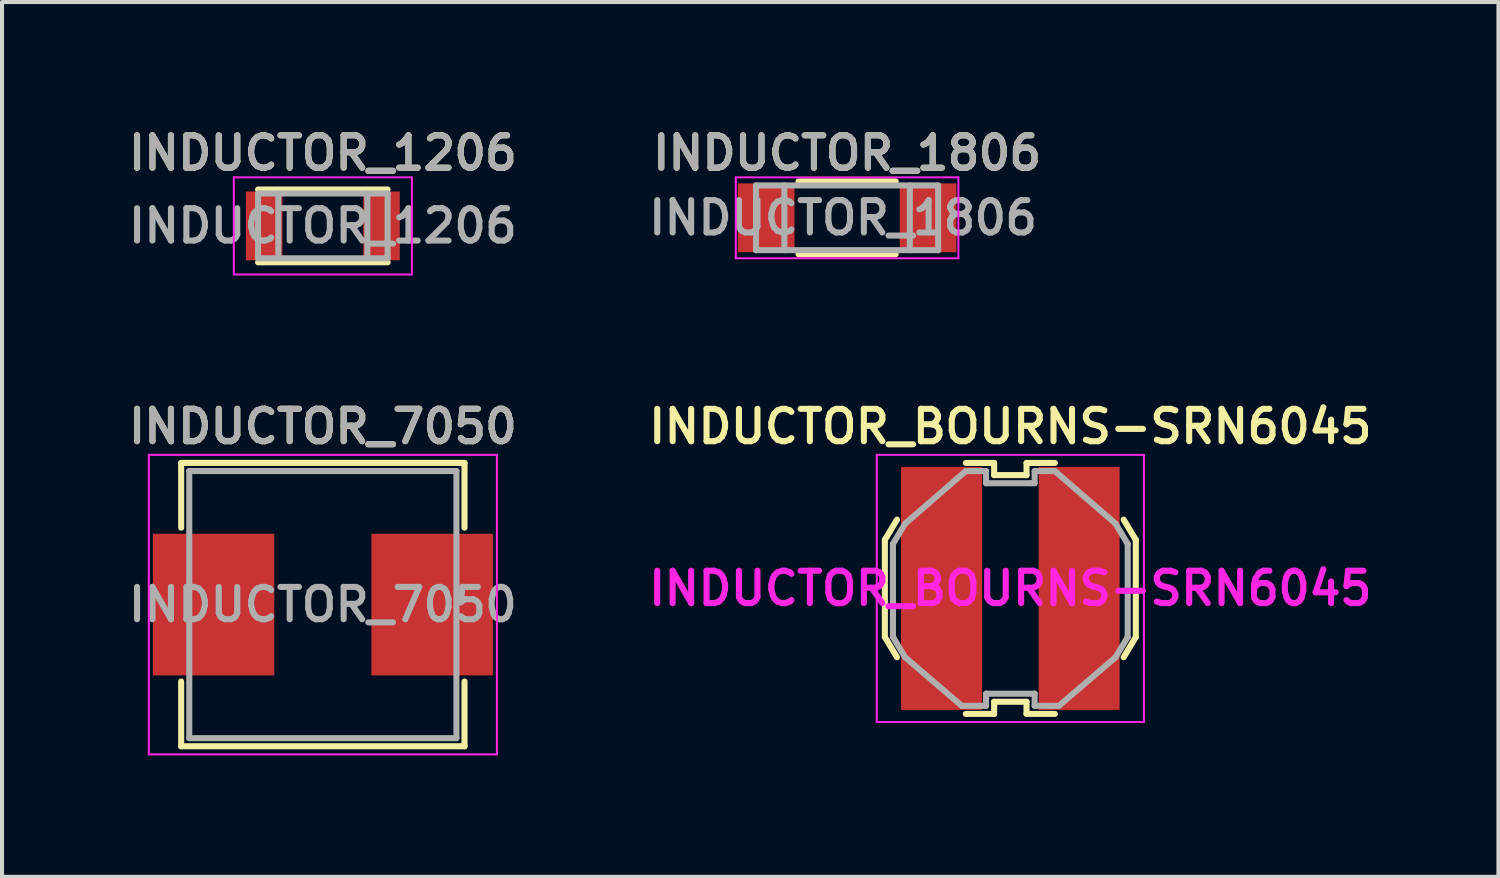
<source format=kicad_pcb>
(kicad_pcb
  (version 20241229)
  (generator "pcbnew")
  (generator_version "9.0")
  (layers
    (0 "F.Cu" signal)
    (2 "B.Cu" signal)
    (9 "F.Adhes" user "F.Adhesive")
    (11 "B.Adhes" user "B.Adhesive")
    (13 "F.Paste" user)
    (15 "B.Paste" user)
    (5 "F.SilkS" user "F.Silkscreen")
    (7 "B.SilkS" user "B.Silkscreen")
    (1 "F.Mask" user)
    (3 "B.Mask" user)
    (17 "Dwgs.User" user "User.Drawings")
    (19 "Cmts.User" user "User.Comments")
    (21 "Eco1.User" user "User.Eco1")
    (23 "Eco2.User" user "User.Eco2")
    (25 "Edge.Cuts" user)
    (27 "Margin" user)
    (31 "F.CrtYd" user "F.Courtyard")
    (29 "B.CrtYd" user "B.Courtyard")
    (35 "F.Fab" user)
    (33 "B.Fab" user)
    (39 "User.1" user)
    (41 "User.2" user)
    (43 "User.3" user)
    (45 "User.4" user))
  (footprint "INDUCTOR_1806"
    (layer "F.Cu")
    (at 17.878 2.331)
    (property "Reference" "INDUCTOR_1806" (at 0 -1.6 0) (layer "F.SilkS") (effects (font (size 0.8 0.8) (thickness 0.15))))
    (attr smd)
    (fp_line (start -1.2 -0.9) (end 1.2 -0.9) (stroke (width 0.15) (type solid)) (layer "F.SilkS"))
    (fp_line (start 1.2 0.9) (end -1.2 0.9) (stroke (width 0.15) (type solid)) (layer "F.SilkS"))
    (fp_line (start -2.75 -1) (end -2.75 1) (stroke (width 0.05) (type solid)) (layer "F.CrtYd"))
    (fp_line (start -2.75 -1) (end 2.75 -1) (stroke (width 0.05) (type solid)) (layer "F.CrtYd"))
    (fp_line (start -2.75 1) (end 2.75 1) (stroke (width 0.05) (type solid)) (layer "F.CrtYd"))
    (fp_line (start 2.75 -1) (end 2.75 1) (stroke (width 0.05) (type solid)) (layer "F.CrtYd"))
    (fp_line (start -2.25 -0.8) (end 2.25 -0.8) (stroke (width 0.15) (type solid)) (layer "F.Fab"))
    (fp_line (start -2.25 0.8) (end -2.25 -0.8) (stroke (width 0.15) (type solid)) (layer "F.Fab"))
    (fp_line (start -1.55 -0.8) (end -1.55 0.8) (stroke (width 0.15) (type solid)) (layer "F.Fab"))
    (fp_line (start 1.55 -0.8) (end 1.55 0.8) (stroke (width 0.15) (type solid)) (layer "F.Fab"))
    (fp_line (start 2.25 -0.8) (end 2.25 0.8) (stroke (width 0.15) (type solid)) (layer "F.Fab"))
    (fp_line (start 2.25 0.8) (end -2.25 0.8) (stroke (width 0.15) (type solid)) (layer "F.Fab"))
    (fp_text user "${REFERENCE}" (at -0.1 0 0) (layer "F.Fab") (effects (font (size 0.8 0.8) (thickness 0.15))))
    (fp_text user "${REFERENCE}" (at 0 -1.6 0) (layer "F.Fab") (effects (font (size 0.8 0.8) (thickness 0.15))))
    (pad "1" smd rect (at -2 0) (size 1.4 1.7) (layers "F.Cu" "F.Mask" "F.Paste"))
    (pad "2" smd rect (at 2 0) (size 1.4 1.7) (layers "F.Cu" "F.Mask" "F.Paste")))
  (footprint "INDUCTOR_7050"
    (layer "F.Cu")
    (at 4.926 11.887)
    (property "Reference" "INDUCTOR_7050" (at 0 -4.4 0) (layer "F.SilkS") (effects (font (size 0.8 0.8) (thickness 0.15))))
    (attr through_hole)
    (fp_line (start -3.5 -3.5) (end 3.5 -3.5) (stroke (width 0.15) (type solid)) (layer "F.SilkS"))
    (fp_line (start -3.5 -1.9) (end -3.5 -3.5) (stroke (width 0.15) (type solid)) (layer "F.SilkS"))
    (fp_line (start -3.5 3.5) (end -3.5 1.9) (stroke (width 0.15) (type solid)) (layer "F.SilkS"))
    (fp_line (start 3.5 -3.5) (end 3.5 -1.9) (stroke (width 0.15) (type solid)) (layer "F.SilkS"))
    (fp_line (start 3.5 1.9) (end 3.5 3.5) (stroke (width 0.15) (type solid)) (layer "F.SilkS"))
    (fp_line (start 3.5 3.5) (end -3.5 3.5) (stroke (width 0.15) (type solid)) (layer "F.SilkS"))
    (fp_line (start -4.3 -3.7) (end 4.3 -3.7) (stroke (width 0.05) (type solid)) (layer "F.CrtYd"))
    (fp_line (start -4.3 3.7) (end -4.3 -3.7) (stroke (width 0.05) (type solid)) (layer "F.CrtYd"))
    (fp_line (start 4.3 -3.7) (end 4.3 3.7) (stroke (width 0.05) (type solid)) (layer "F.CrtYd"))
    (fp_line (start 4.3 3.7) (end -4.3 3.7) (stroke (width 0.05) (type solid)) (layer "F.CrtYd"))
    (fp_line (start -3.3 -3.3) (end -3.3 3.3) (stroke (width 0.15) (type solid)) (layer "F.Fab"))
    (fp_line (start -3.3 3.3) (end 3.3 3.3) (stroke (width 0.15) (type solid)) (layer "F.Fab"))
    (fp_line (start 3.3 -3.3) (end -3.3 -3.3) (stroke (width 0.15) (type solid)) (layer "F.Fab"))
    (fp_line (start 3.3 3.3) (end 3.3 -3.3) (stroke (width 0.15) (type solid)) (layer "F.Fab"))
    (fp_text user "${REFERENCE}" (at 0 -4.4 0) (layer "F.Fab") (effects (font (size 0.8 0.8) (thickness 0.15))))
    (fp_text user "${REFERENCE}" (at 0 0 0) (layer "F.Fab") (effects (font (size 0.8 0.8) (thickness 0.15))))
    (pad "1" smd rect (at -2.7 0) (size 3 3.5) (layers "F.Cu" "F.Mask" "F.Paste"))
    (pad "2" smd rect (at 2.7 0) (size 3 3.5) (layers "F.Cu" "F.Mask" "F.Paste")))
  (footprint "INDUCTOR_1206"
    (layer "F.Cu")
    (at 4.926 2.531)
    (property "Reference" "INDUCTOR_1206" (at 0 -1.8 0) (layer "F.SilkS") (effects (font (size 0.8 0.8) (thickness 0.15))))
    (attr smd)
    (fp_line (start -1.6 -0.9) (end 1.6 -0.9) (stroke (width 0.15) (type solid)) (layer "F.SilkS"))
    (fp_line (start 1.6 0.9) (end -1.6 0.9) (stroke (width 0.15) (type solid)) (layer "F.SilkS"))
    (fp_line (start -2.2 -1.2) (end -2.2 1.2) (stroke (width 0.05) (type solid)) (layer "F.CrtYd"))
    (fp_line (start -2.2 -1.2) (end 2.2 -1.2) (stroke (width 0.05) (type solid)) (layer "F.CrtYd"))
    (fp_line (start -2.2 1.2) (end 2.2 1.2) (stroke (width 0.05) (type solid)) (layer "F.CrtYd"))
    (fp_line (start 2.2 -1.2) (end 2.2 1.2) (stroke (width 0.05) (type solid)) (layer "F.CrtYd"))
    (fp_line (start -1.6 -0.8) (end 1.6 -0.8) (stroke (width 0.15) (type solid)) (layer "F.Fab"))
    (fp_line (start -1.6 0.8) (end -1.6 -0.8) (stroke (width 0.15) (type solid)) (layer "F.Fab"))
    (fp_line (start -1.1 -0.8) (end -1.1 0.7) (stroke (width 0.15) (type solid)) (layer "F.Fab"))
    (fp_line (start 1.1 -0.8) (end 1.1 0.8) (stroke (width 0.15) (type solid)) (layer "F.Fab"))
    (fp_line (start 1.6 -0.8) (end 1.6 0.8) (stroke (width 0.15) (type solid)) (layer "F.Fab"))
    (fp_line (start 1.6 0.8) (end -1.6 0.8) (stroke (width 0.15) (type solid)) (layer "F.Fab"))
    (fp_text user "${REFERENCE}" (at 0 0 0) (layer "F.Fab") (effects (font (size 0.8 0.8) (thickness 0.15))))
    (fp_text user "${REFERENCE}" (at 0 -1.8 0) (layer "F.Fab") (effects (font (size 0.8 0.8) (thickness 0.15))))
    (pad "1" smd rect (at -1.45 0) (size 0.9 1.7) (layers "F.Cu" "F.Mask" "F.Paste"))
    (pad "2" smd rect (at 1.45 0) (size 0.9 1.7) (layers "F.Cu" "F.Mask" "F.Paste")))
  (footprint "INDUCTOR_BOURNS-SRN6045"
    (layer "F.Cu")
    (at 21.911 11.488)
    (property "Reference" "INDUCTOR_BOURNS-SRN6045" (at 0 -4 0) (layer "F.SilkS") (effects (font (size 0.8 0.8) (thickness 0.15))))
    (attr through_hole)
    (fp_line (start -3.1 -1.2) (end -3.1 1.2) (stroke (width 0.15) (type solid)) (layer "F.SilkS"))
    (fp_line (start -3.1 1.2) (end -2.8 1.7) (stroke (width 0.15) (type solid)) (layer "F.SilkS"))
    (fp_line (start -2.8 -1.7) (end -3.1 -1.2) (stroke (width 0.15) (type solid)) (layer "F.SilkS"))
    (fp_line (start -1.1 -3.1) (end -0.4 -3.1) (stroke (width 0.15) (type solid)) (layer "F.SilkS"))
    (fp_line (start -0.4 -3.1) (end -0.4 -2.8) (stroke (width 0.15) (type solid)) (layer "F.SilkS"))
    (fp_line (start -0.4 -2.8) (end 0.4 -2.8) (stroke (width 0.15) (type solid)) (layer "F.SilkS"))
    (fp_line (start -0.4 2.8) (end -0.4 3.1) (stroke (width 0.15) (type solid)) (layer "F.SilkS"))
    (fp_line (start -0.4 3.1) (end -1.1 3.1) (stroke (width 0.15) (type solid)) (layer "F.SilkS"))
    (fp_line (start 0.4 -3.1) (end 1.1 -3.1) (stroke (width 0.15) (type solid)) (layer "F.SilkS"))
    (fp_line (start 0.4 -2.8) (end 0.4 -3.1) (stroke (width 0.15) (type solid)) (layer "F.SilkS"))
    (fp_line (start 0.4 2.8) (end -0.4 2.8) (stroke (width 0.15) (type solid)) (layer "F.SilkS"))
    (fp_line (start 0.4 3.1) (end 0.4 2.8) (stroke (width 0.15) (type solid)) (layer "F.SilkS"))
    (fp_line (start 1.1 3.1) (end 0.4 3.1) (stroke (width 0.15) (type solid)) (layer "F.SilkS"))
    (fp_line (start 3.1 -1.2) (end 2.8 -1.7) (stroke (width 0.15) (type solid)) (layer "F.SilkS"))
    (fp_line (start 3.1 -1.2) (end 3.1 1.2) (stroke (width 0.15) (type solid)) (layer "F.SilkS"))
    (fp_line (start 3.1 1.2) (end 2.8 1.7) (stroke (width 0.15) (type solid)) (layer "F.SilkS"))
    (fp_line (start -3.3 -3.3) (end -3.3 3.3) (stroke (width 0.05) (type solid)) (layer "F.CrtYd"))
    (fp_line (start -3.3 3.3) (end 3.3 3.3) (stroke (width 0.05) (type solid)) (layer "F.CrtYd"))
    (fp_line (start 3.3 -3.3) (end -3.3 -3.3) (stroke (width 0.05) (type solid)) (layer "F.CrtYd"))
    (fp_line (start 3.3 3.3) (end 3.3 -3.3) (stroke (width 0.05) (type solid)) (layer "F.CrtYd"))
    (fp_line (start -2.9 -1.1) (end -2.6 -1.6) (stroke (width 0.15) (type solid)) (layer "F.Fab"))
    (fp_line (start -2.9 1.2) (end -2.9 -1.1) (stroke (width 0.15) (type solid)) (layer "F.Fab"))
    (fp_line (start -2.6 -1.6) (end -1.1 -2.9) (stroke (width 0.15) (type solid)) (layer "F.Fab"))
    (fp_line (start -2.6 1.7) (end -2.9 1.2) (stroke (width 0.15) (type solid)) (layer "F.Fab"))
    (fp_line (start -1.2 2.9) (end -2.6 1.7) (stroke (width 0.15) (type solid)) (layer "F.Fab"))
    (fp_line (start -1.2 2.9) (end -0.6 2.9) (stroke (width 0.15) (type solid)) (layer "F.Fab"))
    (fp_line (start -1.1 -2.9) (end -0.6 -2.9) (stroke (width 0.15) (type solid)) (layer "F.Fab"))
    (fp_line (start -0.6 -2.9) (end -0.6 -2.6) (stroke (width 0.15) (type solid)) (layer "F.Fab"))
    (fp_line (start -0.6 -2.6) (end 0.5 -2.6) (stroke (width 0.15) (type solid)) (layer "F.Fab"))
    (fp_line (start -0.6 2.6) (end 0.6 2.6) (stroke (width 0.15) (type solid)) (layer "F.Fab"))
    (fp_line (start -0.6 2.9) (end -0.6 2.6) (stroke (width 0.15) (type solid)) (layer "F.Fab"))
    (fp_line (start 0.5 -2.6) (end 0.6 -2.6) (stroke (width 0.15) (type solid)) (layer "F.Fab"))
    (fp_line (start 0.6 -2.9) (end 1.1 -2.9) (stroke (width 0.15) (type solid)) (layer "F.Fab"))
    (fp_line (start 0.6 -2.6) (end 0.6 -2.9) (stroke (width 0.15) (type solid)) (layer "F.Fab"))
    (fp_line (start 0.6 2.6) (end 0.6 2.9) (stroke (width 0.15) (type solid)) (layer "F.Fab"))
    (fp_line (start 0.6 2.9) (end 1.2 2.9) (stroke (width 0.15) (type solid)) (layer "F.Fab"))
    (fp_line (start 1.1 -2.9) (end 2.6 -1.6) (stroke (width 0.15) (type solid)) (layer "F.Fab"))
    (fp_line (start 1.2 2.9) (end 2.6 1.7) (stroke (width 0.15) (type solid)) (layer "F.Fab"))
    (fp_line (start 2.6 1.7) (end 2.9 1.2) (stroke (width 0.15) (type solid)) (layer "F.Fab"))
    (fp_line (start 2.9 -1.1) (end 2.6 -1.6) (stroke (width 0.15) (type solid)) (layer "F.Fab"))
    (fp_line (start 2.9 1.2) (end 2.9 -1.1) (stroke (width 0.15) (type solid)) (layer "F.Fab"))
    (fp_text user "${REFERENCE}" (at 0 0 0) (layer "F.CrtYd") (effects (font (size 0.8 0.8) (thickness 0.15))))
    (pad "1" smd rect (at -1.7 0) (size 2 6) (layers "F.Cu" "F.Mask" "F.Paste"))
    (pad "2" smd rect (at 1.7 0) (size 2 6) (layers "F.Cu" "F.Mask" "F.Paste")))
  (gr_rect
    (start -3 -3)
    (end 33.97 18.613)
    (stroke (width 0.1) (type default))
    (fill no)
    (layer "Edge.Cuts")))
</source>
